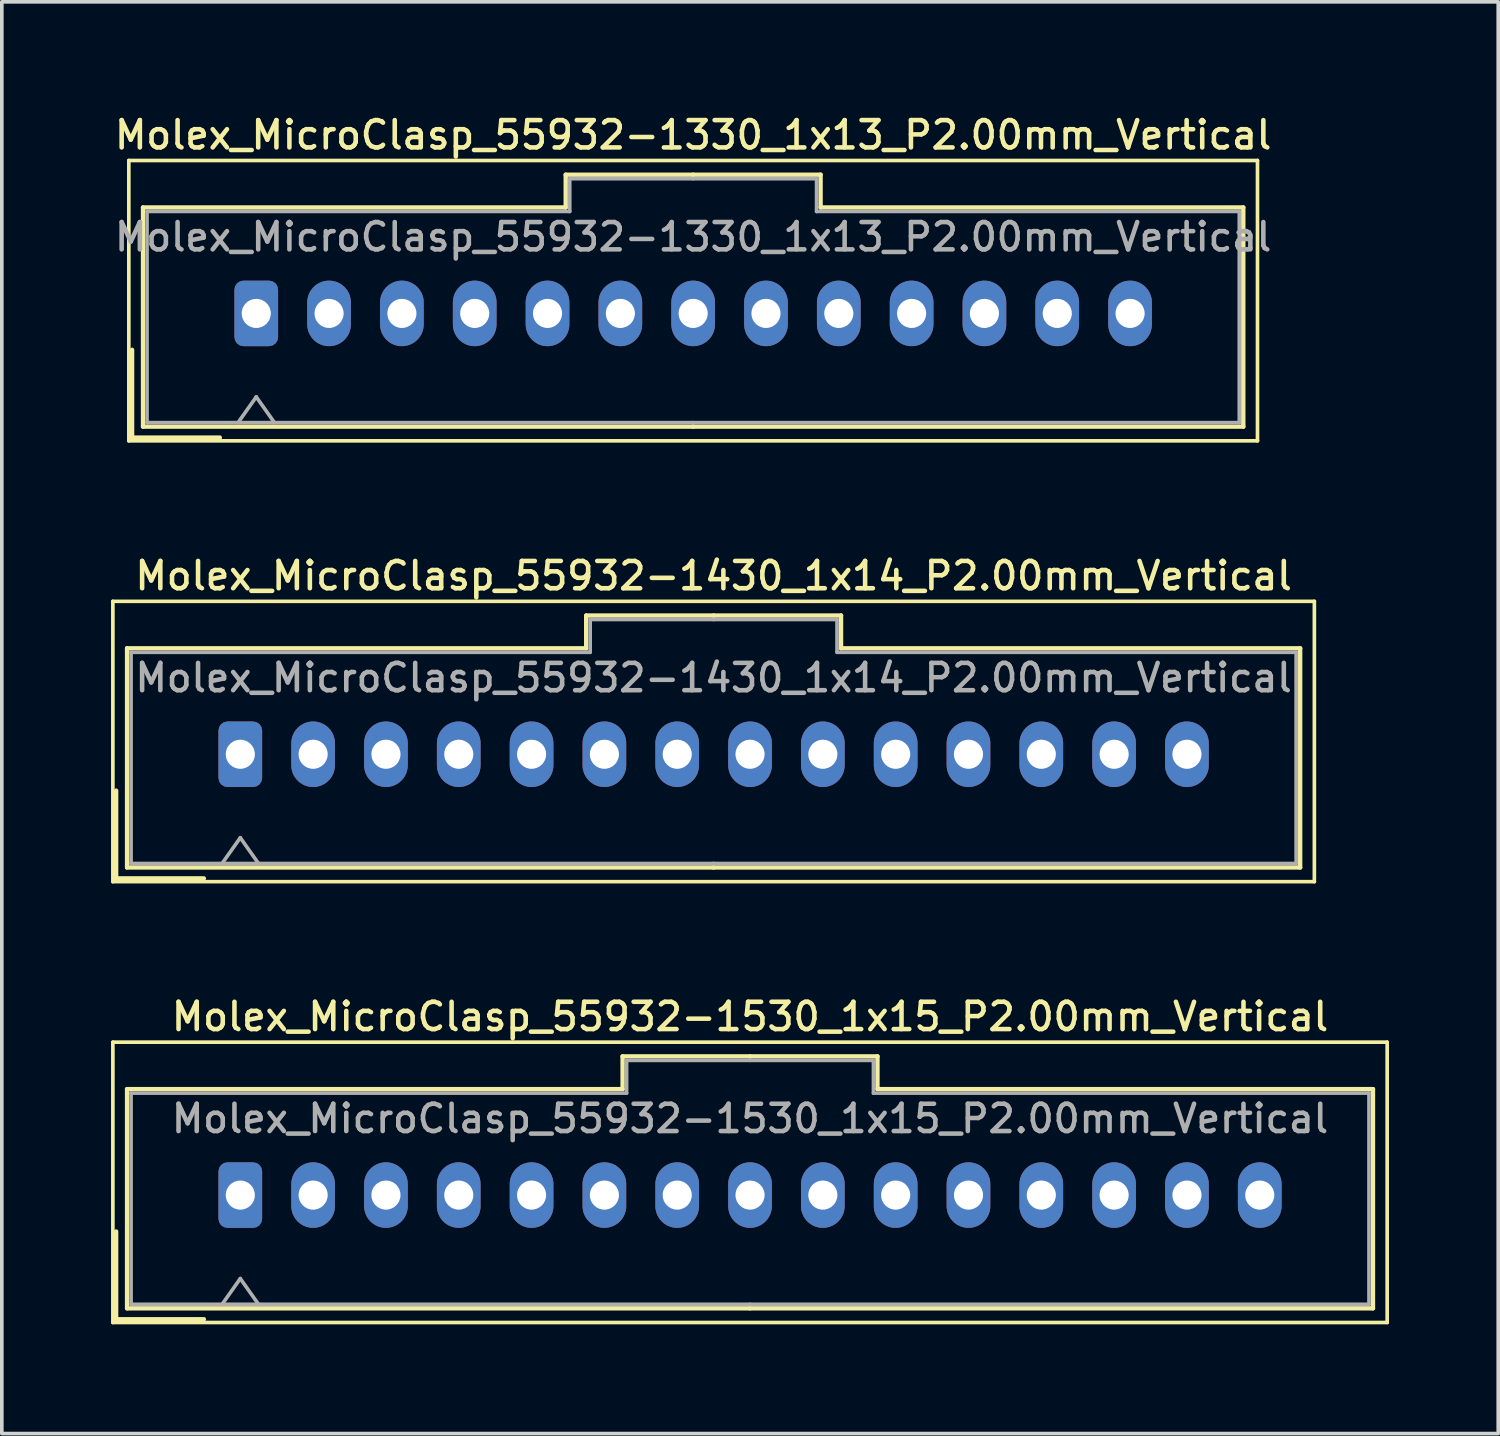
<source format=kicad_pcb>
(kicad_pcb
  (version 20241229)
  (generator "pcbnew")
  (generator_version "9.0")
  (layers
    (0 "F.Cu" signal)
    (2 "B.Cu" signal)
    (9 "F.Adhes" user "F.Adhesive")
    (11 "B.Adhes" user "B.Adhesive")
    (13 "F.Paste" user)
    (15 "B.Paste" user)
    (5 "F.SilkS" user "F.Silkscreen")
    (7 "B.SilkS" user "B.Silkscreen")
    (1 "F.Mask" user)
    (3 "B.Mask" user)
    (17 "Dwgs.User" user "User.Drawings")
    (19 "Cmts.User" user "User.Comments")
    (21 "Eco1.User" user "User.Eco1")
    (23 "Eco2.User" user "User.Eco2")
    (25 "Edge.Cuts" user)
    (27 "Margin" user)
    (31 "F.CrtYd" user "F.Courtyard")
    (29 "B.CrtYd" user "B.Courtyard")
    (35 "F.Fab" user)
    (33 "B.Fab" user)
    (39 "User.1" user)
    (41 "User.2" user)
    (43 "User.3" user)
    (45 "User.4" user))
  (footprint "Molex_MicroClasp_55932-1430_1x14_P2.00mm_Vertical"
    (layer "F.Cu")
    (at 3.55 17.666)
    (property "Reference" "Molex_MicroClasp_55932-1430_1x14_P2.00mm_Vertical" (at 13 -4.9 0) (layer "F.SilkS") (effects (font (size 0.75 0.75) (thickness 0.125))))
    (attr through_hole)
    (fp_line (start -3.5 -4.2) (end -3.5 3.5) (stroke (width 0.1) (type solid)) (layer "F.SilkS"))
    (fp_line (start -3.5 3.5) (end 29.5 3.5) (stroke (width 0.1) (type solid)) (layer "F.SilkS"))
    (fp_line (start -3.41 1) (end -3.41 3.41) (stroke (width 0.12) (type solid)) (layer "F.SilkS"))
    (fp_line (start -3.41 3.41) (end -1 3.41) (stroke (width 0.12) (type solid)) (layer "F.SilkS"))
    (fp_line (start -3.11 -2.91) (end -3.11 3.11) (stroke (width 0.12) (type solid)) (layer "F.SilkS"))
    (fp_line (start -3.11 3.11) (end 13 3.11) (stroke (width 0.12) (type solid)) (layer "F.SilkS"))
    (fp_line (start 9.5 -3.81) (end 9.5 -2.91) (stroke (width 0.12) (type solid)) (layer "F.SilkS"))
    (fp_line (start 9.5 -2.91) (end -3.11 -2.91) (stroke (width 0.12) (type solid)) (layer "F.SilkS"))
    (fp_line (start 13 -3.81) (end 9.5 -3.81) (stroke (width 0.12) (type solid)) (layer "F.SilkS"))
    (fp_line (start 13 -3.81) (end 16.5 -3.81) (stroke (width 0.12) (type solid)) (layer "F.SilkS"))
    (fp_line (start 16.5 -3.81) (end 16.5 -2.91) (stroke (width 0.12) (type solid)) (layer "F.SilkS"))
    (fp_line (start 16.5 -2.91) (end 29.11 -2.91) (stroke (width 0.12) (type solid)) (layer "F.SilkS"))
    (fp_line (start 29.11 -2.91) (end 29.11 3.11) (stroke (width 0.12) (type solid)) (layer "F.SilkS"))
    (fp_line (start 29.11 3.11) (end 13 3.11) (stroke (width 0.12) (type solid)) (layer "F.SilkS"))
    (fp_line (start 29.5 -4.2) (end -3.5 -4.2) (stroke (width 0.1) (type solid)) (layer "F.SilkS"))
    (fp_line (start 29.5 3.5) (end 29.5 -4.2) (stroke (width 0.1) (type solid)) (layer "F.SilkS"))
    (fp_line (start -3 -2.8) (end -3 3) (stroke (width 0.1) (type solid)) (layer "F.Fab"))
    (fp_line (start -3 3) (end 13 3) (stroke (width 0.1) (type solid)) (layer "F.Fab"))
    (fp_line (start -0.5 3) (end 0 2.293) (stroke (width 0.1) (type solid)) (layer "F.Fab"))
    (fp_line (start 0 2.293) (end 0.5 3) (stroke (width 0.1) (type solid)) (layer "F.Fab"))
    (fp_line (start 9.61 -3.7) (end 9.61 -2.8) (stroke (width 0.1) (type solid)) (layer "F.Fab"))
    (fp_line (start 9.61 -2.8) (end -3 -2.8) (stroke (width 0.1) (type solid)) (layer "F.Fab"))
    (fp_line (start 13 -3.7) (end 9.61 -3.7) (stroke (width 0.1) (type solid)) (layer "F.Fab"))
    (fp_line (start 13 -3.7) (end 16.39 -3.7) (stroke (width 0.1) (type solid)) (layer "F.Fab"))
    (fp_line (start 16.39 -3.7) (end 16.39 -2.8) (stroke (width 0.1) (type solid)) (layer "F.Fab"))
    (fp_line (start 16.39 -2.8) (end 29 -2.8) (stroke (width 0.1) (type solid)) (layer "F.Fab"))
    (fp_line (start 29 -2.8) (end 29 3) (stroke (width 0.1) (type solid)) (layer "F.Fab"))
    (fp_line (start 29 3) (end 13 3) (stroke (width 0.1) (type solid)) (layer "F.Fab"))
    (fp_text user "${REFERENCE}" (at 13 -2.1 0) (layer "F.Fab") (effects (font (size 0.75 0.75) (thickness 0.125))))
    (pad "1" thru_hole roundrect (at 0 0) (size 1.2 1.8) (drill 0.8) (layers "*.Cu" "*.Mask") (roundrect_rratio 0.208))
    (pad "2" thru_hole oval (at 2 0) (size 1.2 1.8) (drill 0.8) (layers "*.Cu" "*.Mask"))
    (pad "3" thru_hole oval (at 4 0) (size 1.2 1.8) (drill 0.8) (layers "*.Cu" "*.Mask"))
    (pad "4" thru_hole oval (at 6 0) (size 1.2 1.8) (drill 0.8) (layers "*.Cu" "*.Mask"))
    (pad "5" thru_hole oval (at 8 0) (size 1.2 1.8) (drill 0.8) (layers "*.Cu" "*.Mask"))
    (pad "6" thru_hole oval (at 10 0) (size 1.2 1.8) (drill 0.8) (layers "*.Cu" "*.Mask"))
    (pad "7" thru_hole oval (at 12 0) (size 1.2 1.8) (drill 0.8) (layers "*.Cu" "*.Mask"))
    (pad "8" thru_hole oval (at 14 0) (size 1.2 1.8) (drill 0.8) (layers "*.Cu" "*.Mask"))
    (pad "9" thru_hole oval (at 16 0) (size 1.2 1.8) (drill 0.8) (layers "*.Cu" "*.Mask"))
    (pad "10" thru_hole oval (at 18 0) (size 1.2 1.8) (drill 0.8) (layers "*.Cu" "*.Mask"))
    (pad "11" thru_hole oval (at 20 0) (size 1.2 1.8) (drill 0.8) (layers "*.Cu" "*.Mask"))
    (pad "12" thru_hole oval (at 22 0) (size 1.2 1.8) (drill 0.8) (layers "*.Cu" "*.Mask"))
    (pad "13" thru_hole oval (at 24 0) (size 1.2 1.8) (drill 0.8) (layers "*.Cu" "*.Mask"))
    (pad "14" thru_hole oval (at 26 0) (size 1.2 1.8) (drill 0.8) (layers "*.Cu" "*.Mask")))
  (footprint "Molex_MicroClasp_55932-1530_1x15_P2.00mm_Vertical"
    (layer "F.Cu")
    (at 3.55 29.774)
    (property "Reference" "Molex_MicroClasp_55932-1530_1x15_P2.00mm_Vertical" (at 14 -4.9 0) (layer "F.SilkS") (effects (font (size 0.75 0.75) (thickness 0.125))))
    (attr through_hole)
    (fp_line (start -3.5 -4.2) (end -3.5 3.5) (stroke (width 0.1) (type solid)) (layer "F.SilkS"))
    (fp_line (start -3.5 3.5) (end 31.5 3.5) (stroke (width 0.1) (type solid)) (layer "F.SilkS"))
    (fp_line (start -3.41 1) (end -3.41 3.41) (stroke (width 0.12) (type solid)) (layer "F.SilkS"))
    (fp_line (start -3.41 3.41) (end -1 3.41) (stroke (width 0.12) (type solid)) (layer "F.SilkS"))
    (fp_line (start -3.11 -2.91) (end -3.11 3.11) (stroke (width 0.12) (type solid)) (layer "F.SilkS"))
    (fp_line (start -3.11 3.11) (end 14 3.11) (stroke (width 0.12) (type solid)) (layer "F.SilkS"))
    (fp_line (start 10.5 -3.81) (end 10.5 -2.91) (stroke (width 0.12) (type solid)) (layer "F.SilkS"))
    (fp_line (start 10.5 -2.91) (end -3.11 -2.91) (stroke (width 0.12) (type solid)) (layer "F.SilkS"))
    (fp_line (start 14 -3.81) (end 10.5 -3.81) (stroke (width 0.12) (type solid)) (layer "F.SilkS"))
    (fp_line (start 14 -3.81) (end 17.5 -3.81) (stroke (width 0.12) (type solid)) (layer "F.SilkS"))
    (fp_line (start 17.5 -3.81) (end 17.5 -2.91) (stroke (width 0.12) (type solid)) (layer "F.SilkS"))
    (fp_line (start 17.5 -2.91) (end 31.11 -2.91) (stroke (width 0.12) (type solid)) (layer "F.SilkS"))
    (fp_line (start 31.11 -2.91) (end 31.11 3.11) (stroke (width 0.12) (type solid)) (layer "F.SilkS"))
    (fp_line (start 31.11 3.11) (end 14 3.11) (stroke (width 0.12) (type solid)) (layer "F.SilkS"))
    (fp_line (start 31.5 -4.2) (end -3.5 -4.2) (stroke (width 0.1) (type solid)) (layer "F.SilkS"))
    (fp_line (start 31.5 3.5) (end 31.5 -4.2) (stroke (width 0.1) (type solid)) (layer "F.SilkS"))
    (fp_line (start -3 -2.8) (end -3 3) (stroke (width 0.1) (type solid)) (layer "F.Fab"))
    (fp_line (start -3 3) (end 14 3) (stroke (width 0.1) (type solid)) (layer "F.Fab"))
    (fp_line (start -0.5 3) (end 0 2.293) (stroke (width 0.1) (type solid)) (layer "F.Fab"))
    (fp_line (start 0 2.293) (end 0.5 3) (stroke (width 0.1) (type solid)) (layer "F.Fab"))
    (fp_line (start 10.61 -3.7) (end 10.61 -2.8) (stroke (width 0.1) (type solid)) (layer "F.Fab"))
    (fp_line (start 10.61 -2.8) (end -3 -2.8) (stroke (width 0.1) (type solid)) (layer "F.Fab"))
    (fp_line (start 14 -3.7) (end 10.61 -3.7) (stroke (width 0.1) (type solid)) (layer "F.Fab"))
    (fp_line (start 14 -3.7) (end 17.39 -3.7) (stroke (width 0.1) (type solid)) (layer "F.Fab"))
    (fp_line (start 17.39 -3.7) (end 17.39 -2.8) (stroke (width 0.1) (type solid)) (layer "F.Fab"))
    (fp_line (start 17.39 -2.8) (end 31 -2.8) (stroke (width 0.1) (type solid)) (layer "F.Fab"))
    (fp_line (start 31 -2.8) (end 31 3) (stroke (width 0.1) (type solid)) (layer "F.Fab"))
    (fp_line (start 31 3) (end 14 3) (stroke (width 0.1) (type solid)) (layer "F.Fab"))
    (fp_text user "${REFERENCE}" (at 14 -2.1 0) (layer "F.Fab") (effects (font (size 0.75 0.75) (thickness 0.125))))
    (pad "1" thru_hole roundrect (at 0 0) (size 1.2 1.8) (drill 0.8) (layers "*.Cu" "*.Mask") (roundrect_rratio 0.208))
    (pad "2" thru_hole oval (at 2 0) (size 1.2 1.8) (drill 0.8) (layers "*.Cu" "*.Mask"))
    (pad "3" thru_hole oval (at 4 0) (size 1.2 1.8) (drill 0.8) (layers "*.Cu" "*.Mask"))
    (pad "4" thru_hole oval (at 6 0) (size 1.2 1.8) (drill 0.8) (layers "*.Cu" "*.Mask"))
    (pad "5" thru_hole oval (at 8 0) (size 1.2 1.8) (drill 0.8) (layers "*.Cu" "*.Mask"))
    (pad "6" thru_hole oval (at 10 0) (size 1.2 1.8) (drill 0.8) (layers "*.Cu" "*.Mask"))
    (pad "7" thru_hole oval (at 12 0) (size 1.2 1.8) (drill 0.8) (layers "*.Cu" "*.Mask"))
    (pad "8" thru_hole oval (at 14 0) (size 1.2 1.8) (drill 0.8) (layers "*.Cu" "*.Mask"))
    (pad "9" thru_hole oval (at 16 0) (size 1.2 1.8) (drill 0.8) (layers "*.Cu" "*.Mask"))
    (pad "10" thru_hole oval (at 18 0) (size 1.2 1.8) (drill 0.8) (layers "*.Cu" "*.Mask"))
    (pad "11" thru_hole oval (at 20 0) (size 1.2 1.8) (drill 0.8) (layers "*.Cu" "*.Mask"))
    (pad "12" thru_hole oval (at 22 0) (size 1.2 1.8) (drill 0.8) (layers "*.Cu" "*.Mask"))
    (pad "13" thru_hole oval (at 24 0) (size 1.2 1.8) (drill 0.8) (layers "*.Cu" "*.Mask"))
    (pad "14" thru_hole oval (at 26 0) (size 1.2 1.8) (drill 0.8) (layers "*.Cu" "*.Mask"))
    (pad "15" thru_hole oval (at 28 0) (size 1.2 1.8) (drill 0.8) (layers "*.Cu" "*.Mask")))
  (footprint "Molex_MicroClasp_55932-1330_1x13_P2.00mm_Vertical"
    (layer "F.Cu")
    (at 3.988 5.558)
    (property "Reference" "Molex_MicroClasp_55932-1330_1x13_P2.00mm_Vertical" (at 12 -4.9 0) (layer "F.SilkS") (effects (font (size 0.75 0.75) (thickness 0.125))))
    (attr through_hole)
    (fp_line (start -3.5 -4.2) (end -3.5 3.5) (stroke (width 0.1) (type solid)) (layer "F.SilkS"))
    (fp_line (start -3.5 3.5) (end 27.5 3.5) (stroke (width 0.1) (type solid)) (layer "F.SilkS"))
    (fp_line (start -3.41 1) (end -3.41 3.41) (stroke (width 0.12) (type solid)) (layer "F.SilkS"))
    (fp_line (start -3.41 3.41) (end -1 3.41) (stroke (width 0.12) (type solid)) (layer "F.SilkS"))
    (fp_line (start -3.11 -2.91) (end -3.11 3.11) (stroke (width 0.12) (type solid)) (layer "F.SilkS"))
    (fp_line (start -3.11 3.11) (end 12 3.11) (stroke (width 0.12) (type solid)) (layer "F.SilkS"))
    (fp_line (start 8.5 -3.81) (end 8.5 -2.91) (stroke (width 0.12) (type solid)) (layer "F.SilkS"))
    (fp_line (start 8.5 -2.91) (end -3.11 -2.91) (stroke (width 0.12) (type solid)) (layer "F.SilkS"))
    (fp_line (start 12 -3.81) (end 8.5 -3.81) (stroke (width 0.12) (type solid)) (layer "F.SilkS"))
    (fp_line (start 12 -3.81) (end 15.5 -3.81) (stroke (width 0.12) (type solid)) (layer "F.SilkS"))
    (fp_line (start 15.5 -3.81) (end 15.5 -2.91) (stroke (width 0.12) (type solid)) (layer "F.SilkS"))
    (fp_line (start 15.5 -2.91) (end 27.11 -2.91) (stroke (width 0.12) (type solid)) (layer "F.SilkS"))
    (fp_line (start 27.11 -2.91) (end 27.11 3.11) (stroke (width 0.12) (type solid)) (layer "F.SilkS"))
    (fp_line (start 27.11 3.11) (end 12 3.11) (stroke (width 0.12) (type solid)) (layer "F.SilkS"))
    (fp_line (start 27.5 -4.2) (end -3.5 -4.2) (stroke (width 0.1) (type solid)) (layer "F.SilkS"))
    (fp_line (start 27.5 3.5) (end 27.5 -4.2) (stroke (width 0.1) (type solid)) (layer "F.SilkS"))
    (fp_line (start -3 -2.8) (end -3 3) (stroke (width 0.1) (type solid)) (layer "F.Fab"))
    (fp_line (start -3 3) (end 12 3) (stroke (width 0.1) (type solid)) (layer "F.Fab"))
    (fp_line (start -0.5 3) (end 0 2.293) (stroke (width 0.1) (type solid)) (layer "F.Fab"))
    (fp_line (start 0 2.293) (end 0.5 3) (stroke (width 0.1) (type solid)) (layer "F.Fab"))
    (fp_line (start 8.61 -3.7) (end 8.61 -2.8) (stroke (width 0.1) (type solid)) (layer "F.Fab"))
    (fp_line (start 8.61 -2.8) (end -3 -2.8) (stroke (width 0.1) (type solid)) (layer "F.Fab"))
    (fp_line (start 12 -3.7) (end 8.61 -3.7) (stroke (width 0.1) (type solid)) (layer "F.Fab"))
    (fp_line (start 12 -3.7) (end 15.39 -3.7) (stroke (width 0.1) (type solid)) (layer "F.Fab"))
    (fp_line (start 15.39 -3.7) (end 15.39 -2.8) (stroke (width 0.1) (type solid)) (layer "F.Fab"))
    (fp_line (start 15.39 -2.8) (end 27 -2.8) (stroke (width 0.1) (type solid)) (layer "F.Fab"))
    (fp_line (start 27 -2.8) (end 27 3) (stroke (width 0.1) (type solid)) (layer "F.Fab"))
    (fp_line (start 27 3) (end 12 3) (stroke (width 0.1) (type solid)) (layer "F.Fab"))
    (fp_text user "${REFERENCE}" (at 12 -2.1 0) (layer "F.Fab") (effects (font (size 0.75 0.75) (thickness 0.125))))
    (pad "1" thru_hole roundrect (at 0 0) (size 1.2 1.8) (drill 0.8) (layers "*.Cu" "*.Mask") (roundrect_rratio 0.208))
    (pad "2" thru_hole oval (at 2 0) (size 1.2 1.8) (drill 0.8) (layers "*.Cu" "*.Mask"))
    (pad "3" thru_hole oval (at 4 0) (size 1.2 1.8) (drill 0.8) (layers "*.Cu" "*.Mask"))
    (pad "4" thru_hole oval (at 6 0) (size 1.2 1.8) (drill 0.8) (layers "*.Cu" "*.Mask"))
    (pad "5" thru_hole oval (at 8 0) (size 1.2 1.8) (drill 0.8) (layers "*.Cu" "*.Mask"))
    (pad "6" thru_hole oval (at 10 0) (size 1.2 1.8) (drill 0.8) (layers "*.Cu" "*.Mask"))
    (pad "7" thru_hole oval (at 12 0) (size 1.2 1.8) (drill 0.8) (layers "*.Cu" "*.Mask"))
    (pad "8" thru_hole oval (at 14 0) (size 1.2 1.8) (drill 0.8) (layers "*.Cu" "*.Mask"))
    (pad "9" thru_hole oval (at 16 0) (size 1.2 1.8) (drill 0.8) (layers "*.Cu" "*.Mask"))
    (pad "10" thru_hole oval (at 18 0) (size 1.2 1.8) (drill 0.8) (layers "*.Cu" "*.Mask"))
    (pad "11" thru_hole oval (at 20 0) (size 1.2 1.8) (drill 0.8) (layers "*.Cu" "*.Mask"))
    (pad "12" thru_hole oval (at 22 0) (size 1.2 1.8) (drill 0.8) (layers "*.Cu" "*.Mask"))
    (pad "13" thru_hole oval (at 24 0) (size 1.2 1.8) (drill 0.8) (layers "*.Cu" "*.Mask")))
  (gr_rect
    (start -3 -3)
    (end 38.1 36.324)
    (stroke (width 0.1) (type default))
    (fill no)
    (layer "Edge.Cuts")))
</source>
